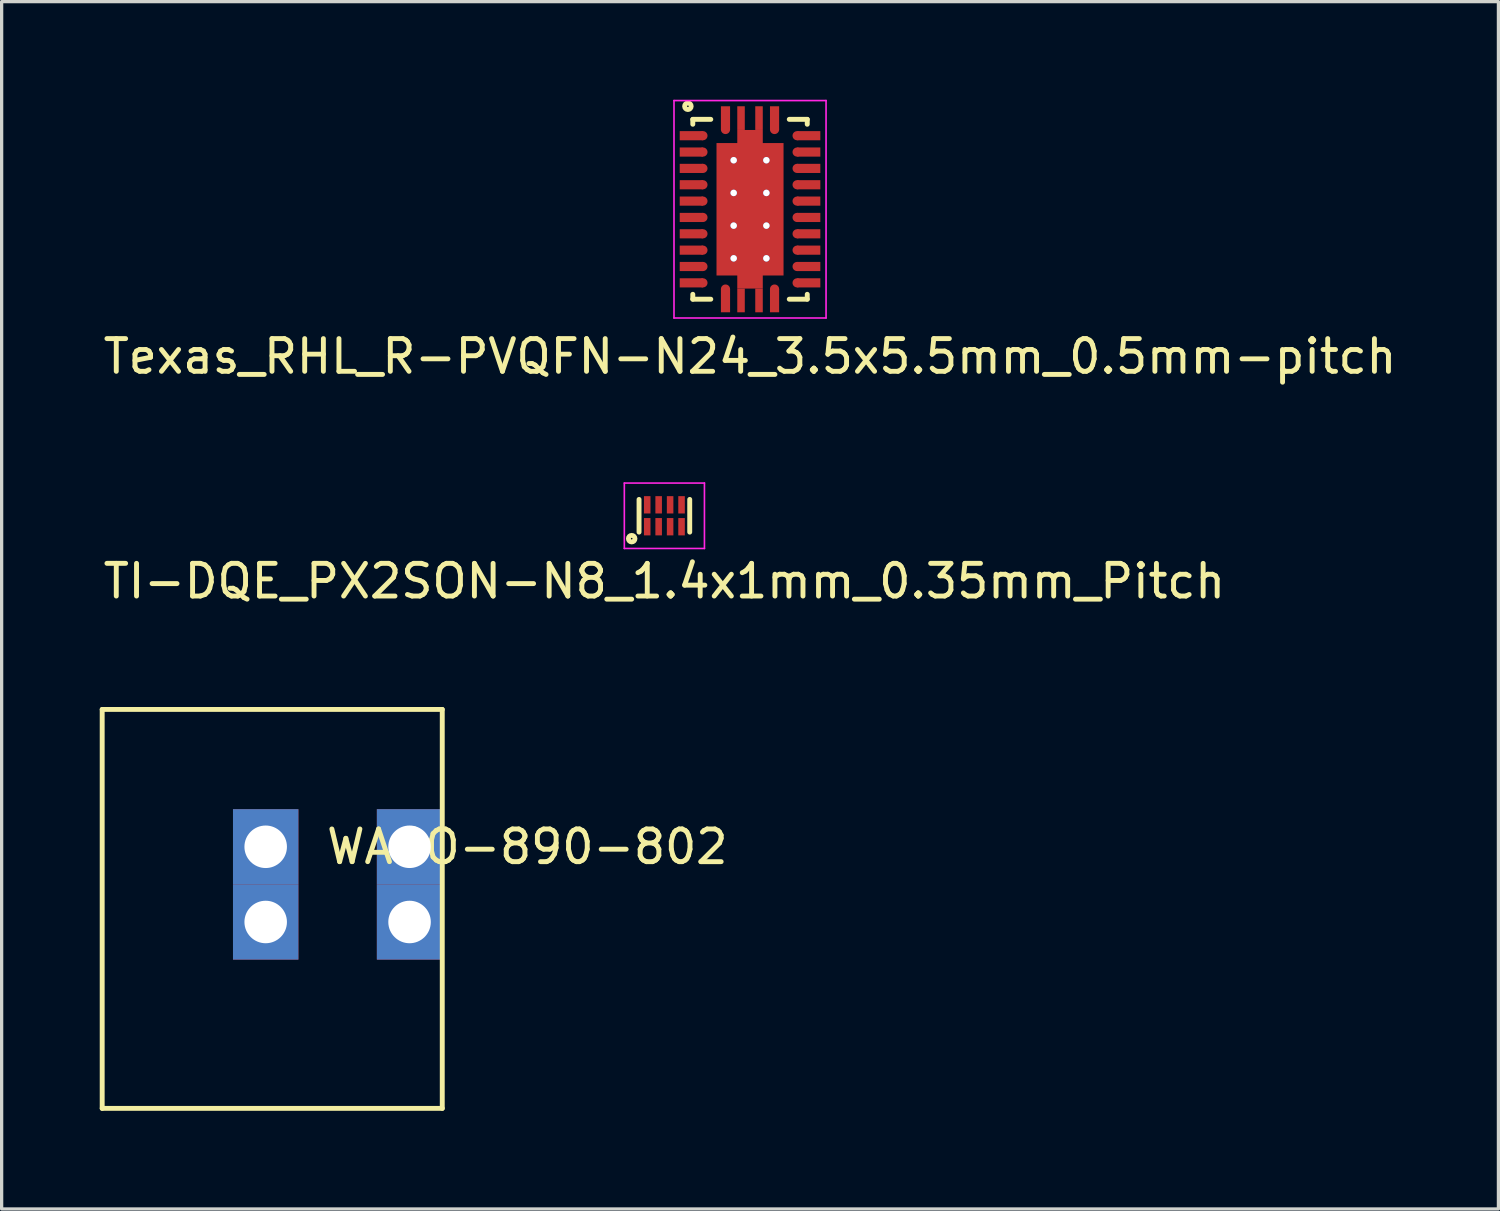
<source format=kicad_pcb>
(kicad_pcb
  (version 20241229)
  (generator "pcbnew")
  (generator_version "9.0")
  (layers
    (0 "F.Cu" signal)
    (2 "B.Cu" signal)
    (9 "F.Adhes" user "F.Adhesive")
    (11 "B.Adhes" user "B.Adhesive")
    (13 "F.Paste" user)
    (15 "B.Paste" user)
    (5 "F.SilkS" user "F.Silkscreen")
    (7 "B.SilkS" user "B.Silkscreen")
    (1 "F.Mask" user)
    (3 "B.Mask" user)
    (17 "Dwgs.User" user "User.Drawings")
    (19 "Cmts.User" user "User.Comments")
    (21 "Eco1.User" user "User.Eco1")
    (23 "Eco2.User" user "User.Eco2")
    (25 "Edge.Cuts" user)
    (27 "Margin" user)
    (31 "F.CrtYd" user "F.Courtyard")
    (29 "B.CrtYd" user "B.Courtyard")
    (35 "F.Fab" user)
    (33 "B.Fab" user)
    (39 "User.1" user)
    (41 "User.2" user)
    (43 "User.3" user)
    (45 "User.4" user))
  (footprint "TI-DQE_PX2SON-N8_1.4x1mm_0.35mm_Pitch"
    (layer "F.Cu")
    (at 17.268 12.723)
    (property "Reference" "TI-DQE_PX2SON-N8_1.4x1mm_0.35mm_Pitch" (at 0 2 0) (layer "F.SilkS") (effects (font (size 1 1) (thickness 0.15))))
    (attr through_hole)
    (fp_line (start -0.775 0.5) (end -0.775 -0.5) (stroke (width 0.15) (type solid)) (layer "F.SilkS"))
    (fp_line (start 0.775 0.5) (end 0.775 -0.5) (stroke (width 0.15) (type solid)) (layer "F.SilkS"))
    (fp_circle (center -1 0.7) (end -0.9 0.7) (stroke (width 0.15) (type solid)) (fill no) (layer "F.SilkS"))
    (fp_line (start -1.225 -1) (end -1.225 1) (stroke (width 0.05) (type solid)) (layer "F.CrtYd"))
    (fp_line (start -1.225 1) (end 1.225 1) (stroke (width 0.05) (type solid)) (layer "F.CrtYd"))
    (fp_line (start 1.225 -1) (end -1.225 -1) (stroke (width 0.05) (type solid)) (layer "F.CrtYd"))
    (fp_line (start 1.225 1) (end 1.225 -1) (stroke (width 0.05) (type solid)) (layer "F.CrtYd"))
    (pad "1" smd rect (at -0.525 0.335) (size 0.2 0.53) (layers "F.Cu" "F.Mask" "F.Paste"))
    (pad "2" smd rect (at -0.175 0.335) (size 0.2 0.53) (layers "F.Cu" "F.Mask" "F.Paste"))
    (pad "3" smd rect (at 0.175 0.335) (size 0.2 0.53) (layers "F.Cu" "F.Mask" "F.Paste"))
    (pad "4" smd rect (at 0.525 0.335) (size 0.2 0.53) (layers "F.Cu" "F.Mask" "F.Paste"))
    (pad "5" smd rect (at 0.525 -0.335) (size 0.2 0.53) (layers "F.Cu" "F.Mask" "F.Paste"))
    (pad "6" smd rect (at 0.175 -0.335) (size 0.2 0.53) (layers "F.Cu" "F.Mask" "F.Paste"))
    (pad "7" smd rect (at -0.175 -0.335) (size 0.2 0.53) (layers "F.Cu" "F.Mask" "F.Paste"))
    (pad "8" smd rect (at -0.525 -0.335) (size 0.2 0.53) (layers "F.Cu" "F.Mask" "F.Paste")))
  (footprint "Texas_RHL_R-PVQFN-N24_3.5x5.5mm_0.5mm-pitch"
    (layer "F.Cu")
    (at 19.887 3.35)
    (property "Reference" "Texas_RHL_R-PVQFN-N24_3.5x5.5mm_0.5mm-pitch" (at 0 4.5 0) (layer "F.SilkS") (effects (font (size 1 1) (thickness 0.15))))
    (attr through_hole)
    (fp_line (start -1.75 -2.75) (end -1.75 -2.6) (stroke (width 0.15) (type solid)) (layer "F.SilkS"))
    (fp_line (start -1.75 2.75) (end -1.75 2.6) (stroke (width 0.15) (type solid)) (layer "F.SilkS"))
    (fp_line (start -1.2 -2.75) (end -1.75 -2.75) (stroke (width 0.15) (type solid)) (layer "F.SilkS"))
    (fp_line (start -1.2 2.75) (end -1.75 2.75) (stroke (width 0.15) (type solid)) (layer "F.SilkS"))
    (fp_line (start 1.2 -2.75) (end 1.75 -2.75) (stroke (width 0.15) (type solid)) (layer "F.SilkS"))
    (fp_line (start 1.2 2.75) (end 1.75 2.75) (stroke (width 0.15) (type solid)) (layer "F.SilkS"))
    (fp_line (start 1.75 -2.75) (end 1.75 -2.6) (stroke (width 0.15) (type solid)) (layer "F.SilkS"))
    (fp_line (start 1.75 2.75) (end 1.75 2.6) (stroke (width 0.15) (type solid)) (layer "F.SilkS"))
    (fp_circle (center -1.9 -3.15) (end -1.8 -3.15) (stroke (width 0.15) (type solid)) (fill no) (layer "F.SilkS"))
    (fp_line (start -2.325 -3.325) (end -2.325 3.325) (stroke (width 0.05) (type solid)) (layer "F.CrtYd"))
    (fp_line (start -2.325 3.325) (end 2.325 3.325) (stroke (width 0.05) (type solid)) (layer "F.CrtYd"))
    (fp_line (start 2.325 -3.325) (end -2.325 -3.325) (stroke (width 0.05) (type solid)) (layer "F.CrtYd"))
    (fp_line (start 2.325 3.325) (end 2.325 -3.325) (stroke (width 0.05) (type solid)) (layer "F.CrtYd"))
    (pad "1" smd rect (at -0.75 -2.795 180) (size 0.28 0.71) (layers "F.Cu" "F.Mask" "F.Paste"))
    (pad "1" smd circle (at -0.75 -2.44) (size 0.28 0.28) (layers "F.Cu" "F.Mask" "F.Paste"))
    (pad "2" smd rect (at -1.795 -2.25 270) (size 0.28 0.71) (layers "F.Cu" "F.Mask" "F.Paste"))
    (pad "2" smd circle (at -1.44 -2.25) (size 0.28 0.28) (layers "F.Cu" "F.Mask" "F.Paste"))
    (pad "3" smd rect (at -1.795 -1.75 270) (size 0.28 0.71) (layers "F.Cu" "F.Mask" "F.Paste"))
    (pad "3" smd circle (at -1.44 -1.75) (size 0.28 0.28) (layers "F.Cu" "F.Mask" "F.Paste"))
    (pad "4" smd rect (at -1.795 -1.25 270) (size 0.28 0.71) (layers "F.Cu" "F.Mask" "F.Paste"))
    (pad "4" smd circle (at -1.44 -1.25) (size 0.28 0.28) (layers "F.Cu" "F.Mask" "F.Paste"))
    (pad "5" smd rect (at -1.795 -0.75 270) (size 0.28 0.71) (layers "F.Cu" "F.Mask" "F.Paste"))
    (pad "5" smd circle (at -1.44 -0.75) (size 0.28 0.28) (layers "F.Cu" "F.Mask" "F.Paste"))
    (pad "6" smd rect (at -1.795 -0.25 270) (size 0.28 0.71) (layers "F.Cu" "F.Mask" "F.Paste"))
    (pad "6" smd circle (at -1.44 -0.25) (size 0.28 0.28) (layers "F.Cu" "F.Mask" "F.Paste"))
    (pad "7" smd rect (at -1.795 0.25 270) (size 0.28 0.71) (layers "F.Cu" "F.Mask" "F.Paste"))
    (pad "7" smd circle (at -1.44 0.25) (size 0.28 0.28) (layers "F.Cu" "F.Mask" "F.Paste"))
    (pad "8" smd rect (at -1.795 0.75 270) (size 0.28 0.71) (layers "F.Cu" "F.Mask" "F.Paste"))
    (pad "8" smd circle (at -1.44 0.75) (size 0.28 0.28) (layers "F.Cu" "F.Mask" "F.Paste"))
    (pad "9" smd rect (at -1.795 1.25 270) (size 0.28 0.71) (layers "F.Cu" "F.Mask" "F.Paste"))
    (pad "9" smd circle (at -1.44 1.25) (size 0.28 0.28) (layers "F.Cu" "F.Mask" "F.Paste"))
    (pad "10" smd rect (at -1.795 1.75 270) (size 0.28 0.71) (layers "F.Cu" "F.Mask" "F.Paste"))
    (pad "10" smd circle (at -1.44 1.75) (size 0.28 0.28) (layers "F.Cu" "F.Mask" "F.Paste"))
    (pad "11" smd rect (at -1.795 2.25 270) (size 0.28 0.71) (layers "F.Cu" "F.Mask" "F.Paste"))
    (pad "11" smd circle (at -1.44 2.25) (size 0.28 0.28) (layers "F.Cu" "F.Mask" "F.Paste"))
    (pad "12" smd circle (at -0.75 2.44) (size 0.28 0.28) (layers "F.Cu" "F.Mask" "F.Paste"))
    (pad "12" smd rect (at -0.75 2.795) (size 0.28 0.71) (layers "F.Cu" "F.Mask" "F.Paste"))
    (pad "13" smd circle (at 0.75 2.44) (size 0.28 0.28) (layers "F.Cu" "F.Mask" "F.Paste"))
    (pad "13" smd rect (at 0.75 2.795) (size 0.28 0.71) (layers "F.Cu" "F.Mask" "F.Paste"))
    (pad "14" smd circle (at 1.44 2.25) (size 0.28 0.28) (layers "F.Cu" "F.Mask" "F.Paste"))
    (pad "14" smd rect (at 1.795 2.25 90) (size 0.28 0.71) (layers "F.Cu" "F.Mask" "F.Paste"))
    (pad "15" smd circle (at 1.44 1.75) (size 0.28 0.28) (layers "F.Cu" "F.Mask" "F.Paste"))
    (pad "15" smd rect (at 1.795 1.75 90) (size 0.28 0.71) (layers "F.Cu" "F.Mask" "F.Paste"))
    (pad "16" smd circle (at 1.44 1.25) (size 0.28 0.28) (layers "F.Cu" "F.Mask" "F.Paste"))
    (pad "16" smd rect (at 1.795 1.25 90) (size 0.28 0.71) (layers "F.Cu" "F.Mask" "F.Paste"))
    (pad "17" smd circle (at 1.44 0.75) (size 0.28 0.28) (layers "F.Cu" "F.Mask" "F.Paste"))
    (pad "17" smd rect (at 1.795 0.75 90) (size 0.28 0.71) (layers "F.Cu" "F.Mask" "F.Paste"))
    (pad "18" smd circle (at 1.44 0.25) (size 0.28 0.28) (layers "F.Cu" "F.Mask" "F.Paste"))
    (pad "18" smd rect (at 1.795 0.25 90) (size 0.28 0.71) (layers "F.Cu" "F.Mask" "F.Paste"))
    (pad "19" smd circle (at 1.44 -0.25) (size 0.28 0.28) (layers "F.Cu" "F.Mask" "F.Paste"))
    (pad "19" smd rect (at 1.795 -0.25 90) (size 0.28 0.71) (layers "F.Cu" "F.Mask" "F.Paste"))
    (pad "20" smd circle (at 1.44 -0.75) (size 0.28 0.28) (layers "F.Cu" "F.Mask" "F.Paste"))
    (pad "20" smd rect (at 1.795 -0.75 90) (size 0.28 0.71) (layers "F.Cu" "F.Mask" "F.Paste"))
    (pad "21" smd circle (at 1.44 -1.25) (size 0.28 0.28) (layers "F.Cu" "F.Mask" "F.Paste"))
    (pad "21" smd rect (at 1.795 -1.25 90) (size 0.28 0.71) (layers "F.Cu" "F.Mask" "F.Paste"))
    (pad "22" smd circle (at 1.44 -1.75) (size 0.28 0.28) (layers "F.Cu" "F.Mask" "F.Paste"))
    (pad "22" smd rect (at 1.795 -1.75 90) (size 0.28 0.71) (layers "F.Cu" "F.Mask" "F.Paste"))
    (pad "23" smd circle (at 1.44 -2.25) (size 0.28 0.28) (layers "F.Cu" "F.Mask" "F.Paste"))
    (pad "23" smd rect (at 1.795 -2.25 90) (size 0.28 0.71) (layers "F.Cu" "F.Mask" "F.Paste"))
    (pad "24" smd rect (at 0.75 -2.795 180) (size 0.28 0.71) (layers "F.Cu" "F.Mask" "F.Paste"))
    (pad "24" smd circle (at 0.75 -2.44) (size 0.28 0.28) (layers "F.Cu" "F.Mask" "F.Paste"))
    (pad "PAD" thru_hole circle (at -0.5 -1.5) (size 0.2 0.2) (drill 0.2) (layers "*.Cu" "*.Mask"))
    (pad "PAD" thru_hole circle (at -0.5 -0.5) (size 0.2 0.2) (drill 0.2) (layers "*.Cu" "*.Mask"))
    (pad "PAD" thru_hole circle (at -0.5 0.5) (size 0.2 0.2) (drill 0.2) (layers "*.Cu" "*.Mask"))
    (pad "PAD" thru_hole circle (at -0.5 1.5) (size 0.2 0.2) (drill 0.2) (layers "*.Cu" "*.Mask"))
    (pad "PAD" smd rect (at -0.275 -2.788) (size 0.23 0.725) (layers "F.Cu" "F.Mask" "F.Paste"))
    (pad "PAD" smd rect (at -0.275 2.788) (size 0.23 0.725) (layers "F.Cu" "F.Mask" "F.Paste"))
    (pad "PAD" smd rect (at 0 0) (size 0.78 4.85) (layers "F.Cu" "F.Mask" "F.Paste"))
    (pad "PAD" smd rect (at 0 0) (size 2.05 4.05) (layers "F.Cu" "F.Mask" "F.Paste"))
    (pad "PAD" smd rect (at 0.275 -2.788) (size 0.23 0.725) (layers "F.Cu" "F.Mask" "F.Paste"))
    (pad "PAD" smd rect (at 0.275 2.788) (size 0.23 0.725) (layers "F.Cu" "F.Mask" "F.Paste"))
    (pad "PAD" thru_hole circle (at 0.5 -1.5) (size 0.2 0.2) (drill 0.2) (layers "*.Cu" "*.Mask"))
    (pad "PAD" thru_hole circle (at 0.5 -0.5) (size 0.2 0.2) (drill 0.2) (layers "*.Cu" "*.Mask"))
    (pad "PAD" thru_hole circle (at 0.5 0.5) (size 0.2 0.2) (drill 0.2) (layers "*.Cu" "*.Mask"))
    (pad "PAD" thru_hole circle (at 0.5 1.5) (size 0.2 0.2) (drill 0.2) (layers "*.Cu" "*.Mask")))
  (footprint "WAGO-890-802"
    (layer "F.Cu")
    (at 5.075 22.846)
    (property "Reference" "WAGO-890-802" (at 8 0 0) (layer "F.SilkS") (effects (font (size 1 1) (thickness 0.15))))
    (attr through_hole)
    (fp_line (start -5 -4.2) (end -5 8) (stroke (width 0.15) (type solid)) (layer "F.SilkS"))
    (fp_line (start -5 8) (end 5.4 8) (stroke (width 0.15) (type solid)) (layer "F.SilkS"))
    (fp_line (start 5.4 -4.2) (end -5 -4.2) (stroke (width 0.15) (type solid)) (layer "F.SilkS"))
    (fp_line (start 5.4 8) (end 5.4 -4.2) (stroke (width 0.15) (type solid)) (layer "F.SilkS"))
    (pad "1" thru_hole rect (at 0 0) (size 2 2.3) (drill 1.3) (layers "*.Cu" "*.Mask"))
    (pad "1" thru_hole rect (at 0 2.3) (size 2 2.3) (drill 1.3) (layers "*.Cu" "*.Mask"))
    (pad "2" thru_hole rect (at 4.4 0) (size 2 2.3) (drill 1.3) (layers "*.Cu" "*.Mask"))
    (pad "2" thru_hole rect (at 4.4 2.3) (size 2 2.3) (drill 1.3) (layers "*.Cu" "*.Mask")))
  (gr_rect
    (start -3 -3)
    (end 42.774 33.922)
    (stroke (width 0.1) (type default))
    (fill no)
    (layer "Edge.Cuts")))
</source>
